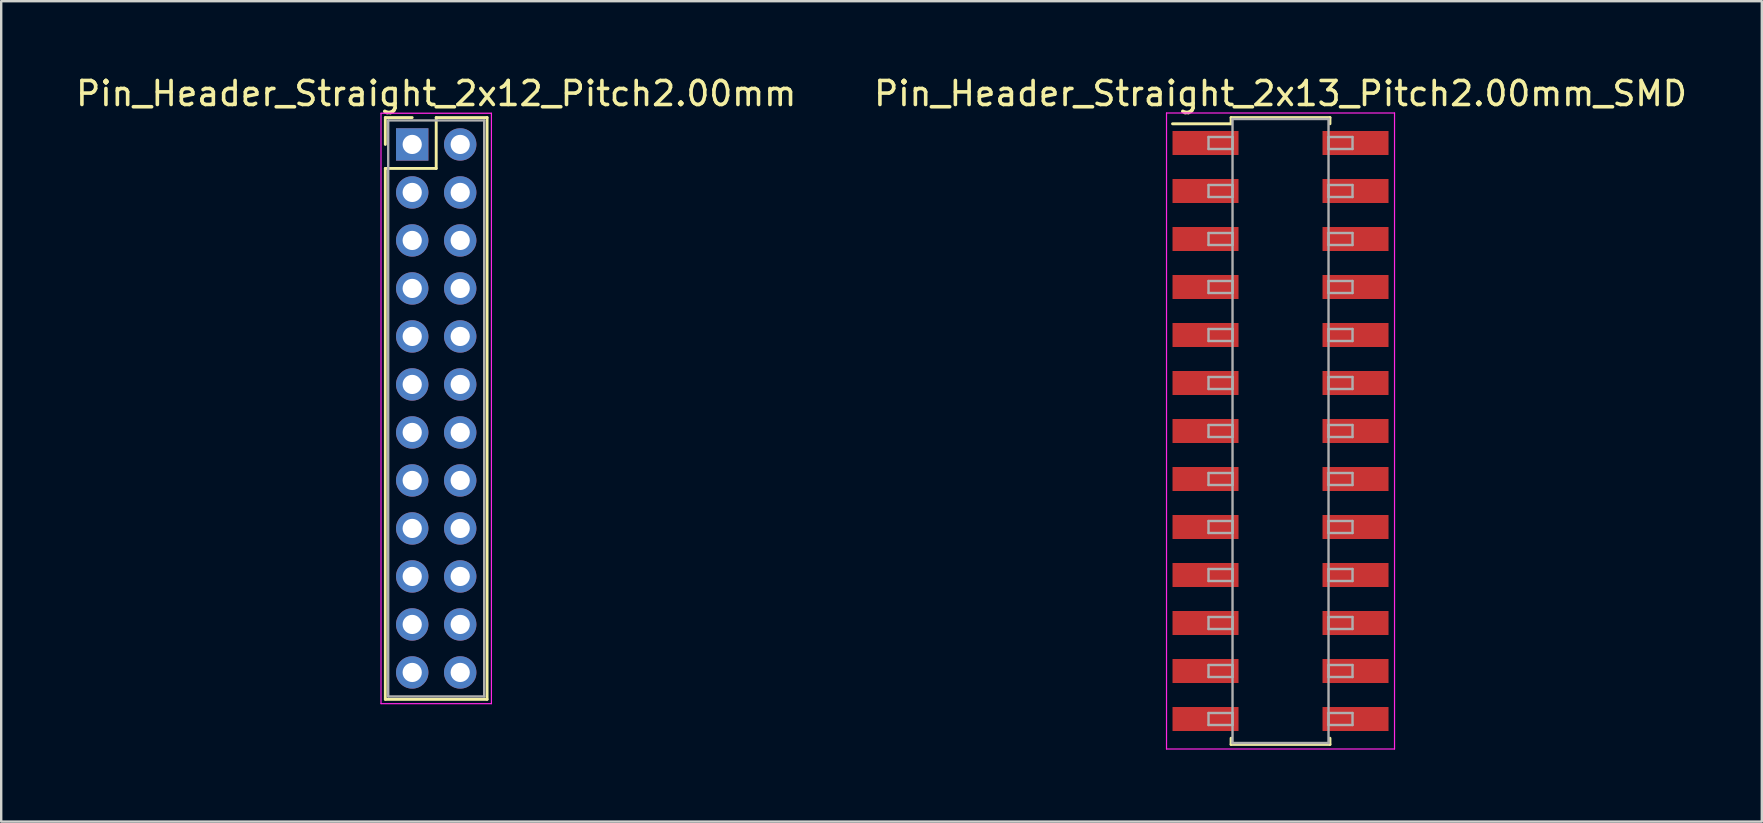
<source format=kicad_pcb>
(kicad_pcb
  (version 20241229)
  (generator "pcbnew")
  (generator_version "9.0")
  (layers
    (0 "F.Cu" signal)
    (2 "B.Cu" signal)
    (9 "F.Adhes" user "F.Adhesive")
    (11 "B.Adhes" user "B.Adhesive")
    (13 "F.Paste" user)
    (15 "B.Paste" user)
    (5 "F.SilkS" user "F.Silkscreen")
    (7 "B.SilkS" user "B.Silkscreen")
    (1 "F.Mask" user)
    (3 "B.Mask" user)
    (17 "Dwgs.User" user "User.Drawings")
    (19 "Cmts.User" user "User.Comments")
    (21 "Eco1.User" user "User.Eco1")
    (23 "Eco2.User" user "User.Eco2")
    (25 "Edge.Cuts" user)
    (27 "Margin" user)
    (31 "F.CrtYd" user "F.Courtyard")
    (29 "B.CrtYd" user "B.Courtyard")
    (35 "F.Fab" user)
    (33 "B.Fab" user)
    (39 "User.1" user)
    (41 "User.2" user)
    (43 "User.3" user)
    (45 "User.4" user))
  (footprint "Pin_Header_Straight_2x12_Pitch2.00mm"
    (layer "F.Cu")
    (at 14.125 2.968)
    (property "Reference" "Pin_Header_Straight_2x12_Pitch2.00mm" (at 1 -2.12 0) (layer "F.SilkS") (effects (font (size 1 1) (thickness 0.15))))
    (attr through_hole)
    (fp_line (start -1.12 -1.12) (end 0 -1.12) (stroke (width 0.12) (type solid)) (layer "F.SilkS"))
    (fp_line (start -1.12 0) (end -1.12 -1.12) (stroke (width 0.12) (type solid)) (layer "F.SilkS"))
    (fp_line (start -1.12 1) (end -1.12 23.12) (stroke (width 0.12) (type solid)) (layer "F.SilkS"))
    (fp_line (start -1.12 23.12) (end 3.12 23.12) (stroke (width 0.12) (type solid)) (layer "F.SilkS"))
    (fp_line (start 1 -1.12) (end 1 1) (stroke (width 0.12) (type solid)) (layer "F.SilkS"))
    (fp_line (start 1 1) (end -1.12 1) (stroke (width 0.12) (type solid)) (layer "F.SilkS"))
    (fp_line (start 3.12 -1.12) (end 1 -1.12) (stroke (width 0.12) (type solid)) (layer "F.SilkS"))
    (fp_line (start 3.12 23.12) (end 3.12 -1.12) (stroke (width 0.12) (type solid)) (layer "F.SilkS"))
    (fp_line (start -1.3 -1.3) (end -1.3 23.3) (stroke (width 0.05) (type solid)) (layer "F.CrtYd"))
    (fp_line (start -1.3 23.3) (end 3.3 23.3) (stroke (width 0.05) (type solid)) (layer "F.CrtYd"))
    (fp_line (start 3.3 -1.3) (end -1.3 -1.3) (stroke (width 0.05) (type solid)) (layer "F.CrtYd"))
    (fp_line (start 3.3 23.3) (end 3.3 -1.3) (stroke (width 0.05) (type solid)) (layer "F.CrtYd"))
    (fp_line (start -1 -1) (end -1 23) (stroke (width 0.1) (type solid)) (layer "F.Fab"))
    (fp_line (start -1 23) (end 3 23) (stroke (width 0.1) (type solid)) (layer "F.Fab"))
    (fp_line (start 3 -1) (end -1 -1) (stroke (width 0.1) (type solid)) (layer "F.Fab"))
    (fp_line (start 3 23) (end 3 -1) (stroke (width 0.1) (type solid)) (layer "F.Fab"))
    (pad "1" thru_hole rect (at 0 0) (size 1.35 1.35) (drill 0.8) (layers "*.Cu" "*.Mask"))
    (pad "2" thru_hole oval (at 2 0) (size 1.35 1.35) (drill 0.8) (layers "*.Cu" "*.Mask"))
    (pad "3" thru_hole oval (at 0 2) (size 1.35 1.35) (drill 0.8) (layers "*.Cu" "*.Mask"))
    (pad "4" thru_hole oval (at 2 2) (size 1.35 1.35) (drill 0.8) (layers "*.Cu" "*.Mask"))
    (pad "5" thru_hole oval (at 0 4) (size 1.35 1.35) (drill 0.8) (layers "*.Cu" "*.Mask"))
    (pad "6" thru_hole oval (at 2 4) (size 1.35 1.35) (drill 0.8) (layers "*.Cu" "*.Mask"))
    (pad "7" thru_hole oval (at 0 6) (size 1.35 1.35) (drill 0.8) (layers "*.Cu" "*.Mask"))
    (pad "8" thru_hole oval (at 2 6) (size 1.35 1.35) (drill 0.8) (layers "*.Cu" "*.Mask"))
    (pad "9" thru_hole oval (at 0 8) (size 1.35 1.35) (drill 0.8) (layers "*.Cu" "*.Mask"))
    (pad "10" thru_hole oval (at 2 8) (size 1.35 1.35) (drill 0.8) (layers "*.Cu" "*.Mask"))
    (pad "11" thru_hole oval (at 0 10) (size 1.35 1.35) (drill 0.8) (layers "*.Cu" "*.Mask"))
    (pad "12" thru_hole oval (at 2 10) (size 1.35 1.35) (drill 0.8) (layers "*.Cu" "*.Mask"))
    (pad "13" thru_hole oval (at 0 12) (size 1.35 1.35) (drill 0.8) (layers "*.Cu" "*.Mask"))
    (pad "14" thru_hole oval (at 2 12) (size 1.35 1.35) (drill 0.8) (layers "*.Cu" "*.Mask"))
    (pad "15" thru_hole oval (at 0 14) (size 1.35 1.35) (drill 0.8) (layers "*.Cu" "*.Mask"))
    (pad "16" thru_hole oval (at 2 14) (size 1.35 1.35) (drill 0.8) (layers "*.Cu" "*.Mask"))
    (pad "17" thru_hole oval (at 0 16) (size 1.35 1.35) (drill 0.8) (layers "*.Cu" "*.Mask"))
    (pad "18" thru_hole oval (at 2 16) (size 1.35 1.35) (drill 0.8) (layers "*.Cu" "*.Mask"))
    (pad "19" thru_hole oval (at 0 18) (size 1.35 1.35) (drill 0.8) (layers "*.Cu" "*.Mask"))
    (pad "20" thru_hole oval (at 2 18) (size 1.35 1.35) (drill 0.8) (layers "*.Cu" "*.Mask"))
    (pad "21" thru_hole oval (at 0 20) (size 1.35 1.35) (drill 0.8) (layers "*.Cu" "*.Mask"))
    (pad "22" thru_hole oval (at 2 20) (size 1.35 1.35) (drill 0.8) (layers "*.Cu" "*.Mask"))
    (pad "23" thru_hole oval (at 0 22) (size 1.35 1.35) (drill 0.8) (layers "*.Cu" "*.Mask"))
    (pad "24" thru_hole oval (at 2 22) (size 1.35 1.35) (drill 0.8) (layers "*.Cu" "*.Mask")))
  (footprint "Pin_Header_Straight_2x13_Pitch2.00mm_SMD"
    (layer "F.Cu")
    (at 50.304 14.908)
    (property "Reference" "Pin_Header_Straight_2x13_Pitch2.00mm_SMD" (at 0 -14.06 0) (layer "F.SilkS") (effects (font (size 1 1) (thickness 0.15))))
    (attr smd)
    (fp_line (start -4.5 -12.8) (end -2.06 -12.8) (stroke (width 0.12) (type solid)) (layer "F.SilkS"))
    (fp_line (start -2.06 -13.06) (end 2.06 -13.06) (stroke (width 0.12) (type solid)) (layer "F.SilkS"))
    (fp_line (start -2.06 -12.8) (end -2.06 -13.06) (stroke (width 0.12) (type solid)) (layer "F.SilkS"))
    (fp_line (start -2.06 12.8) (end -2.06 13.06) (stroke (width 0.12) (type solid)) (layer "F.SilkS"))
    (fp_line (start -2.06 13.06) (end 2.06 13.06) (stroke (width 0.12) (type solid)) (layer "F.SilkS"))
    (fp_line (start 2.06 -13.06) (end 2.06 -12.8) (stroke (width 0.12) (type solid)) (layer "F.SilkS"))
    (fp_line (start 2.06 13.06) (end 2.06 12.8) (stroke (width 0.12) (type solid)) (layer "F.SilkS"))
    (fp_line (start -4.75 -13.25) (end -4.75 13.25) (stroke (width 0.05) (type solid)) (layer "F.CrtYd"))
    (fp_line (start -4.75 13.25) (end 4.75 13.25) (stroke (width 0.05) (type solid)) (layer "F.CrtYd"))
    (fp_line (start 4.75 -13.25) (end -4.75 -13.25) (stroke (width 0.05) (type solid)) (layer "F.CrtYd"))
    (fp_line (start 4.75 13.25) (end 4.75 -13.25) (stroke (width 0.05) (type solid)) (layer "F.CrtYd"))
    (fp_line (start -3 -12.25) (end -2 -12.25) (stroke (width 0.1) (type solid)) (layer "F.Fab"))
    (fp_line (start -3 -11.75) (end -3 -12.25) (stroke (width 0.1) (type solid)) (layer "F.Fab"))
    (fp_line (start -3 -10.25) (end -2 -10.25) (stroke (width 0.1) (type solid)) (layer "F.Fab"))
    (fp_line (start -3 -9.75) (end -3 -10.25) (stroke (width 0.1) (type solid)) (layer "F.Fab"))
    (fp_line (start -3 -8.25) (end -2 -8.25) (stroke (width 0.1) (type solid)) (layer "F.Fab"))
    (fp_line (start -3 -7.75) (end -3 -8.25) (stroke (width 0.1) (type solid)) (layer "F.Fab"))
    (fp_line (start -3 -6.25) (end -2 -6.25) (stroke (width 0.1) (type solid)) (layer "F.Fab"))
    (fp_line (start -3 -5.75) (end -3 -6.25) (stroke (width 0.1) (type solid)) (layer "F.Fab"))
    (fp_line (start -3 -4.25) (end -2 -4.25) (stroke (width 0.1) (type solid)) (layer "F.Fab"))
    (fp_line (start -3 -3.75) (end -3 -4.25) (stroke (width 0.1) (type solid)) (layer "F.Fab"))
    (fp_line (start -3 -2.25) (end -2 -2.25) (stroke (width 0.1) (type solid)) (layer "F.Fab"))
    (fp_line (start -3 -1.75) (end -3 -2.25) (stroke (width 0.1) (type solid)) (layer "F.Fab"))
    (fp_line (start -3 -0.25) (end -2 -0.25) (stroke (width 0.1) (type solid)) (layer "F.Fab"))
    (fp_line (start -3 0.25) (end -3 -0.25) (stroke (width 0.1) (type solid)) (layer "F.Fab"))
    (fp_line (start -3 1.75) (end -2 1.75) (stroke (width 0.1) (type solid)) (layer "F.Fab"))
    (fp_line (start -3 2.25) (end -3 1.75) (stroke (width 0.1) (type solid)) (layer "F.Fab"))
    (fp_line (start -3 3.75) (end -2 3.75) (stroke (width 0.1) (type solid)) (layer "F.Fab"))
    (fp_line (start -3 4.25) (end -3 3.75) (stroke (width 0.1) (type solid)) (layer "F.Fab"))
    (fp_line (start -3 5.75) (end -2 5.75) (stroke (width 0.1) (type solid)) (layer "F.Fab"))
    (fp_line (start -3 6.25) (end -3 5.75) (stroke (width 0.1) (type solid)) (layer "F.Fab"))
    (fp_line (start -3 7.75) (end -2 7.75) (stroke (width 0.1) (type solid)) (layer "F.Fab"))
    (fp_line (start -3 8.25) (end -3 7.75) (stroke (width 0.1) (type solid)) (layer "F.Fab"))
    (fp_line (start -3 9.75) (end -2 9.75) (stroke (width 0.1) (type solid)) (layer "F.Fab"))
    (fp_line (start -3 10.25) (end -3 9.75) (stroke (width 0.1) (type solid)) (layer "F.Fab"))
    (fp_line (start -3 11.75) (end -2 11.75) (stroke (width 0.1) (type solid)) (layer "F.Fab"))
    (fp_line (start -3 12.25) (end -3 11.75) (stroke (width 0.1) (type solid)) (layer "F.Fab"))
    (fp_line (start -2 -13) (end -2 13) (stroke (width 0.1) (type solid)) (layer "F.Fab"))
    (fp_line (start -2 -12.25) (end -2 -11.75) (stroke (width 0.1) (type solid)) (layer "F.Fab"))
    (fp_line (start -2 -11.75) (end -3 -11.75) (stroke (width 0.1) (type solid)) (layer "F.Fab"))
    (fp_line (start -2 -10.25) (end -2 -9.75) (stroke (width 0.1) (type solid)) (layer "F.Fab"))
    (fp_line (start -2 -9.75) (end -3 -9.75) (stroke (width 0.1) (type solid)) (layer "F.Fab"))
    (fp_line (start -2 -8.25) (end -2 -7.75) (stroke (width 0.1) (type solid)) (layer "F.Fab"))
    (fp_line (start -2 -7.75) (end -3 -7.75) (stroke (width 0.1) (type solid)) (layer "F.Fab"))
    (fp_line (start -2 -6.25) (end -2 -5.75) (stroke (width 0.1) (type solid)) (layer "F.Fab"))
    (fp_line (start -2 -5.75) (end -3 -5.75) (stroke (width 0.1) (type solid)) (layer "F.Fab"))
    (fp_line (start -2 -4.25) (end -2 -3.75) (stroke (width 0.1) (type solid)) (layer "F.Fab"))
    (fp_line (start -2 -3.75) (end -3 -3.75) (stroke (width 0.1) (type solid)) (layer "F.Fab"))
    (fp_line (start -2 -2.25) (end -2 -1.75) (stroke (width 0.1) (type solid)) (layer "F.Fab"))
    (fp_line (start -2 -1.75) (end -3 -1.75) (stroke (width 0.1) (type solid)) (layer "F.Fab"))
    (fp_line (start -2 -0.25) (end -2 0.25) (stroke (width 0.1) (type solid)) (layer "F.Fab"))
    (fp_line (start -2 0.25) (end -3 0.25) (stroke (width 0.1) (type solid)) (layer "F.Fab"))
    (fp_line (start -2 1.75) (end -2 2.25) (stroke (width 0.1) (type solid)) (layer "F.Fab"))
    (fp_line (start -2 2.25) (end -3 2.25) (stroke (width 0.1) (type solid)) (layer "F.Fab"))
    (fp_line (start -2 3.75) (end -2 4.25) (stroke (width 0.1) (type solid)) (layer "F.Fab"))
    (fp_line (start -2 4.25) (end -3 4.25) (stroke (width 0.1) (type solid)) (layer "F.Fab"))
    (fp_line (start -2 5.75) (end -2 6.25) (stroke (width 0.1) (type solid)) (layer "F.Fab"))
    (fp_line (start -2 6.25) (end -3 6.25) (stroke (width 0.1) (type solid)) (layer "F.Fab"))
    (fp_line (start -2 7.75) (end -2 8.25) (stroke (width 0.1) (type solid)) (layer "F.Fab"))
    (fp_line (start -2 8.25) (end -3 8.25) (stroke (width 0.1) (type solid)) (layer "F.Fab"))
    (fp_line (start -2 9.75) (end -2 10.25) (stroke (width 0.1) (type solid)) (layer "F.Fab"))
    (fp_line (start -2 10.25) (end -3 10.25) (stroke (width 0.1) (type solid)) (layer "F.Fab"))
    (fp_line (start -2 11.75) (end -2 12.25) (stroke (width 0.1) (type solid)) (layer "F.Fab"))
    (fp_line (start -2 12.25) (end -3 12.25) (stroke (width 0.1) (type solid)) (layer "F.Fab"))
    (fp_line (start -2 13) (end 2 13) (stroke (width 0.1) (type solid)) (layer "F.Fab"))
    (fp_line (start 2 -13) (end -2 -13) (stroke (width 0.1) (type solid)) (layer "F.Fab"))
    (fp_line (start 2 -12.25) (end 2 -11.75) (stroke (width 0.1) (type solid)) (layer "F.Fab"))
    (fp_line (start 2 -11.75) (end 3 -11.75) (stroke (width 0.1) (type solid)) (layer "F.Fab"))
    (fp_line (start 2 -10.25) (end 2 -9.75) (stroke (width 0.1) (type solid)) (layer "F.Fab"))
    (fp_line (start 2 -9.75) (end 3 -9.75) (stroke (width 0.1) (type solid)) (layer "F.Fab"))
    (fp_line (start 2 -8.25) (end 2 -7.75) (stroke (width 0.1) (type solid)) (layer "F.Fab"))
    (fp_line (start 2 -7.75) (end 3 -7.75) (stroke (width 0.1) (type solid)) (layer "F.Fab"))
    (fp_line (start 2 -6.25) (end 2 -5.75) (stroke (width 0.1) (type solid)) (layer "F.Fab"))
    (fp_line (start 2 -5.75) (end 3 -5.75) (stroke (width 0.1) (type solid)) (layer "F.Fab"))
    (fp_line (start 2 -4.25) (end 2 -3.75) (stroke (width 0.1) (type solid)) (layer "F.Fab"))
    (fp_line (start 2 -3.75) (end 3 -3.75) (stroke (width 0.1) (type solid)) (layer "F.Fab"))
    (fp_line (start 2 -2.25) (end 2 -1.75) (stroke (width 0.1) (type solid)) (layer "F.Fab"))
    (fp_line (start 2 -1.75) (end 3 -1.75) (stroke (width 0.1) (type solid)) (layer "F.Fab"))
    (fp_line (start 2 -0.25) (end 2 0.25) (stroke (width 0.1) (type solid)) (layer "F.Fab"))
    (fp_line (start 2 0.25) (end 3 0.25) (stroke (width 0.1) (type solid)) (layer "F.Fab"))
    (fp_line (start 2 1.75) (end 2 2.25) (stroke (width 0.1) (type solid)) (layer "F.Fab"))
    (fp_line (start 2 2.25) (end 3 2.25) (stroke (width 0.1) (type solid)) (layer "F.Fab"))
    (fp_line (start 2 3.75) (end 2 4.25) (stroke (width 0.1) (type solid)) (layer "F.Fab"))
    (fp_line (start 2 4.25) (end 3 4.25) (stroke (width 0.1) (type solid)) (layer "F.Fab"))
    (fp_line (start 2 5.75) (end 2 6.25) (stroke (width 0.1) (type solid)) (layer "F.Fab"))
    (fp_line (start 2 6.25) (end 3 6.25) (stroke (width 0.1) (type solid)) (layer "F.Fab"))
    (fp_line (start 2 7.75) (end 2 8.25) (stroke (width 0.1) (type solid)) (layer "F.Fab"))
    (fp_line (start 2 8.25) (end 3 8.25) (stroke (width 0.1) (type solid)) (layer "F.Fab"))
    (fp_line (start 2 9.75) (end 2 10.25) (stroke (width 0.1) (type solid)) (layer "F.Fab"))
    (fp_line (start 2 10.25) (end 3 10.25) (stroke (width 0.1) (type solid)) (layer "F.Fab"))
    (fp_line (start 2 11.75) (end 2 12.25) (stroke (width 0.1) (type solid)) (layer "F.Fab"))
    (fp_line (start 2 12.25) (end 3 12.25) (stroke (width 0.1) (type solid)) (layer "F.Fab"))
    (fp_line (start 2 13) (end 2 -13) (stroke (width 0.1) (type solid)) (layer "F.Fab"))
    (fp_line (start 3 -12.25) (end 2 -12.25) (stroke (width 0.1) (type solid)) (layer "F.Fab"))
    (fp_line (start 3 -11.75) (end 3 -12.25) (stroke (width 0.1) (type solid)) (layer "F.Fab"))
    (fp_line (start 3 -10.25) (end 2 -10.25) (stroke (width 0.1) (type solid)) (layer "F.Fab"))
    (fp_line (start 3 -9.75) (end 3 -10.25) (stroke (width 0.1) (type solid)) (layer "F.Fab"))
    (fp_line (start 3 -8.25) (end 2 -8.25) (stroke (width 0.1) (type solid)) (layer "F.Fab"))
    (fp_line (start 3 -7.75) (end 3 -8.25) (stroke (width 0.1) (type solid)) (layer "F.Fab"))
    (fp_line (start 3 -6.25) (end 2 -6.25) (stroke (width 0.1) (type solid)) (layer "F.Fab"))
    (fp_line (start 3 -5.75) (end 3 -6.25) (stroke (width 0.1) (type solid)) (layer "F.Fab"))
    (fp_line (start 3 -4.25) (end 2 -4.25) (stroke (width 0.1) (type solid)) (layer "F.Fab"))
    (fp_line (start 3 -3.75) (end 3 -4.25) (stroke (width 0.1) (type solid)) (layer "F.Fab"))
    (fp_line (start 3 -2.25) (end 2 -2.25) (stroke (width 0.1) (type solid)) (layer "F.Fab"))
    (fp_line (start 3 -1.75) (end 3 -2.25) (stroke (width 0.1) (type solid)) (layer "F.Fab"))
    (fp_line (start 3 -0.25) (end 2 -0.25) (stroke (width 0.1) (type solid)) (layer "F.Fab"))
    (fp_line (start 3 0.25) (end 3 -0.25) (stroke (width 0.1) (type solid)) (layer "F.Fab"))
    (fp_line (start 3 1.75) (end 2 1.75) (stroke (width 0.1) (type solid)) (layer "F.Fab"))
    (fp_line (start 3 2.25) (end 3 1.75) (stroke (width 0.1) (type solid)) (layer "F.Fab"))
    (fp_line (start 3 3.75) (end 2 3.75) (stroke (width 0.1) (type solid)) (layer "F.Fab"))
    (fp_line (start 3 4.25) (end 3 3.75) (stroke (width 0.1) (type solid)) (layer "F.Fab"))
    (fp_line (start 3 5.75) (end 2 5.75) (stroke (width 0.1) (type solid)) (layer "F.Fab"))
    (fp_line (start 3 6.25) (end 3 5.75) (stroke (width 0.1) (type solid)) (layer "F.Fab"))
    (fp_line (start 3 7.75) (end 2 7.75) (stroke (width 0.1) (type solid)) (layer "F.Fab"))
    (fp_line (start 3 8.25) (end 3 7.75) (stroke (width 0.1) (type solid)) (layer "F.Fab"))
    (fp_line (start 3 9.75) (end 2 9.75) (stroke (width 0.1) (type solid)) (layer "F.Fab"))
    (fp_line (start 3 10.25) (end 3 9.75) (stroke (width 0.1) (type solid)) (layer "F.Fab"))
    (fp_line (start 3 11.75) (end 2 11.75) (stroke (width 0.1) (type solid)) (layer "F.Fab"))
    (fp_line (start 3 12.25) (end 3 11.75) (stroke (width 0.1) (type solid)) (layer "F.Fab"))
    (pad "1" smd rect (at -3.125 -12) (size 2.75 1) (layers "F.Cu" "F.Mask"))
    (pad "2" smd rect (at 3.125 -12) (size 2.75 1) (layers "F.Cu" "F.Mask"))
    (pad "3" smd rect (at -3.125 -10) (size 2.75 1) (layers "F.Cu" "F.Mask"))
    (pad "4" smd rect (at 3.125 -10) (size 2.75 1) (layers "F.Cu" "F.Mask"))
    (pad "5" smd rect (at -3.125 -8) (size 2.75 1) (layers "F.Cu" "F.Mask"))
    (pad "6" smd rect (at 3.125 -8) (size 2.75 1) (layers "F.Cu" "F.Mask"))
    (pad "7" smd rect (at -3.125 -6) (size 2.75 1) (layers "F.Cu" "F.Mask"))
    (pad "8" smd rect (at 3.125 -6) (size 2.75 1) (layers "F.Cu" "F.Mask"))
    (pad "9" smd rect (at -3.125 -4) (size 2.75 1) (layers "F.Cu" "F.Mask"))
    (pad "10" smd rect (at 3.125 -4) (size 2.75 1) (layers "F.Cu" "F.Mask"))
    (pad "11" smd rect (at -3.125 -2) (size 2.75 1) (layers "F.Cu" "F.Mask"))
    (pad "12" smd rect (at 3.125 -2) (size 2.75 1) (layers "F.Cu" "F.Mask"))
    (pad "13" smd rect (at -3.125 0) (size 2.75 1) (layers "F.Cu" "F.Mask"))
    (pad "14" smd rect (at 3.125 0) (size 2.75 1) (layers "F.Cu" "F.Mask"))
    (pad "15" smd rect (at -3.125 2) (size 2.75 1) (layers "F.Cu" "F.Mask"))
    (pad "16" smd rect (at 3.125 2) (size 2.75 1) (layers "F.Cu" "F.Mask"))
    (pad "17" smd rect (at -3.125 4) (size 2.75 1) (layers "F.Cu" "F.Mask"))
    (pad "18" smd rect (at 3.125 4) (size 2.75 1) (layers "F.Cu" "F.Mask"))
    (pad "19" smd rect (at -3.125 6) (size 2.75 1) (layers "F.Cu" "F.Mask"))
    (pad "20" smd rect (at 3.125 6) (size 2.75 1) (layers "F.Cu" "F.Mask"))
    (pad "21" smd rect (at -3.125 8) (size 2.75 1) (layers "F.Cu" "F.Mask"))
    (pad "22" smd rect (at 3.125 8) (size 2.75 1) (layers "F.Cu" "F.Mask"))
    (pad "23" smd rect (at -3.125 10) (size 2.75 1) (layers "F.Cu" "F.Mask"))
    (pad "24" smd rect (at 3.125 10) (size 2.75 1) (layers "F.Cu" "F.Mask"))
    (pad "25" smd rect (at -3.125 12) (size 2.75 1) (layers "F.Cu" "F.Mask"))
    (pad "26" smd rect (at 3.125 12) (size 2.75 1) (layers "F.Cu" "F.Mask")))
  (gr_rect
    (start -3 -3)
    (end 70.357 31.183)
    (stroke (width 0.1) (type default))
    (fill no)
    (layer "Edge.Cuts")))
</source>
